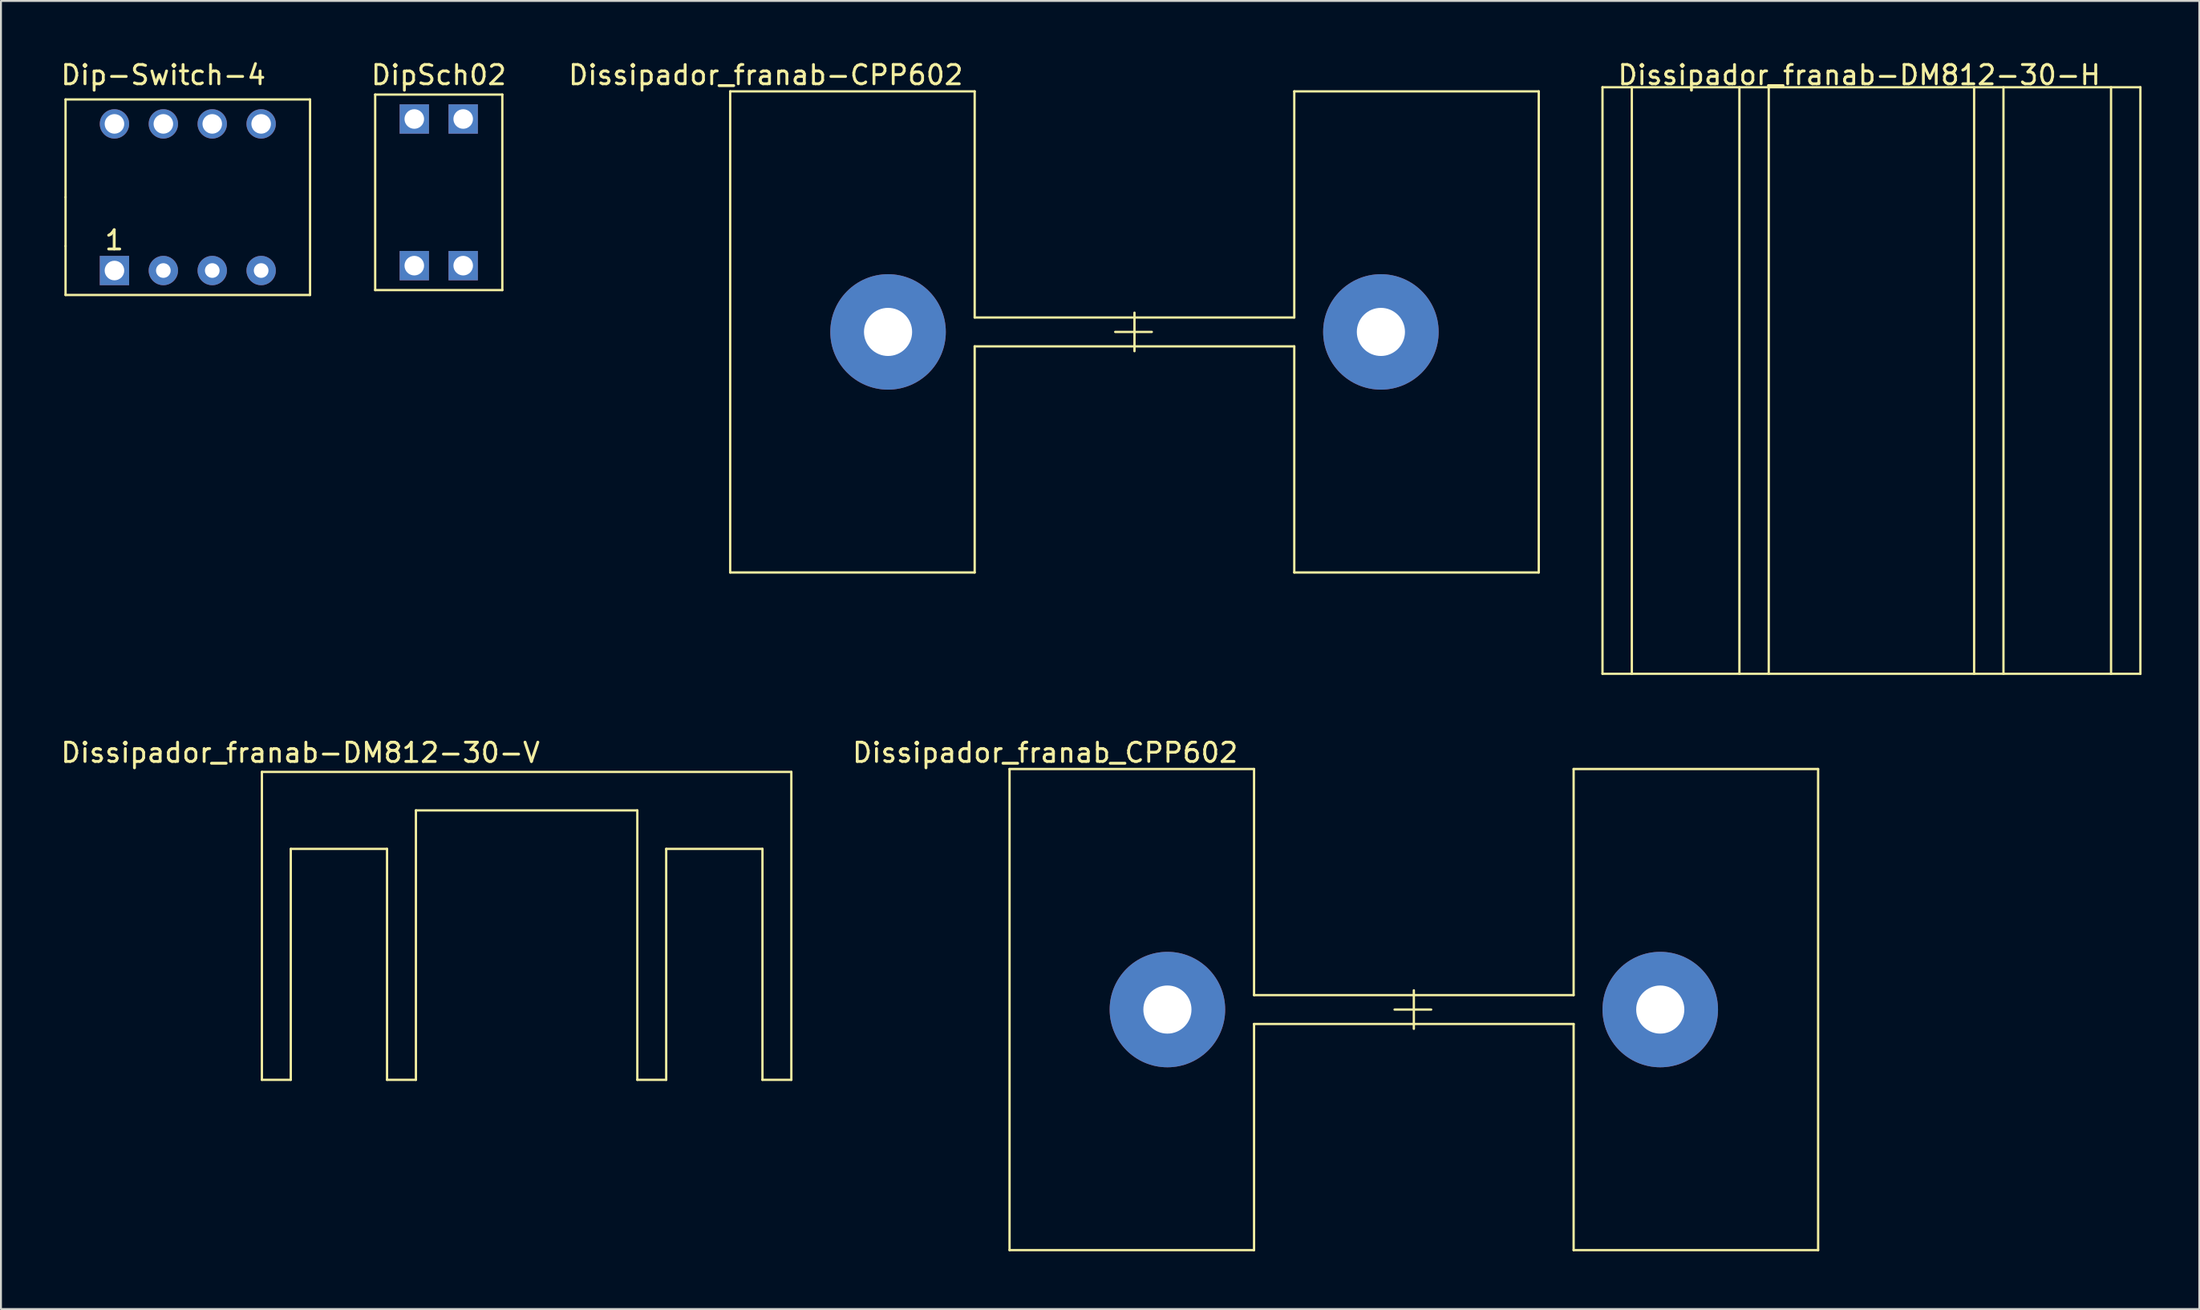
<source format=kicad_pcb>
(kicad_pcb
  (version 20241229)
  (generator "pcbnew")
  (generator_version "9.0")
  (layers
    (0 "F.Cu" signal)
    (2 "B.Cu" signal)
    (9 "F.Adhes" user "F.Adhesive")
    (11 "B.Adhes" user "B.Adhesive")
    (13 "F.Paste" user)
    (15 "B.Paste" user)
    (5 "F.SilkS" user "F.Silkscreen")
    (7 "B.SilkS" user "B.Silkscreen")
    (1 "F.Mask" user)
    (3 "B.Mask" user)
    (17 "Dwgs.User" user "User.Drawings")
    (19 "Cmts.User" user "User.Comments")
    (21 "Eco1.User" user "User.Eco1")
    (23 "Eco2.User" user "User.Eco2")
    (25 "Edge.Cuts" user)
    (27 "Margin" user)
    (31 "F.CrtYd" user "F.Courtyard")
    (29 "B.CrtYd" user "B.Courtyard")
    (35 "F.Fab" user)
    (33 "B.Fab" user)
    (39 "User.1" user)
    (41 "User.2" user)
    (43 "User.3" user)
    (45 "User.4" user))
  (footprint "DipSch02"
    (layer "F.Cu")
    (at 19.74 6.944)
    (property "Reference" "DipSch02" (at 0 -6.096 0) (layer "F.SilkS") (effects (font (size 1 1) (thickness 0.15))))
    (attr through_hole)
    (fp_line (start -3.302 -5.08) (end -3.302 5.08) (stroke (width 0.12) (type solid)) (layer "F.SilkS"))
    (fp_line (start -3.302 5.08) (end 3.302 5.08) (stroke (width 0.12) (type solid)) (layer "F.SilkS"))
    (fp_line (start 3.302 -5.08) (end -3.302 -5.08) (stroke (width 0.12) (type solid)) (layer "F.SilkS"))
    (fp_line (start 3.302 5.08) (end 3.302 -5.08) (stroke (width 0.12) (type solid)) (layer "F.SilkS"))
    (pad "1" thru_hole rect (at -1.27 -3.81) (size 1.524 1.524) (drill 1.016) (layers "*.Cu" "*.Mask"))
    (pad "2" thru_hole rect (at 1.27 -3.81) (size 1.524 1.524) (drill 1.016) (layers "*.Cu" "*.Mask"))
    (pad "3" thru_hole rect (at 1.27 3.81) (size 1.524 1.524) (drill 1.016) (layers "*.Cu" "*.Mask"))
    (pad "4" thru_hole rect (at -1.27 3.81) (size 1.524 1.524) (drill 1.016) (layers "*.Cu" "*.Mask")))
  (footprint "Dissipador_franab-DM812-30-V"
    (layer "F.Cu")
    (at 24.054 56.062)
    (property "Reference" "Dissipador_franab-DM812-30-V" (at -11.5 -20 0) (layer "F.SilkS") (effects (font (size 1 1) (thickness 0.15))))
    (attr through_hole)
    (fp_line (start -13.5 -19) (end -13.5 -3) (stroke (width 0.12) (type solid)) (layer "F.SilkS"))
    (fp_line (start -13.5 -19) (end 14 -19) (stroke (width 0.12) (type solid)) (layer "F.SilkS"))
    (fp_line (start -13.5 -3) (end -12 -3) (stroke (width 0.12) (type solid)) (layer "F.SilkS"))
    (fp_line (start -12 -15) (end -7 -15) (stroke (width 0.12) (type solid)) (layer "F.SilkS"))
    (fp_line (start -12 -3) (end -12 -15) (stroke (width 0.12) (type solid)) (layer "F.SilkS"))
    (fp_line (start -7 -15) (end -7 -3) (stroke (width 0.12) (type solid)) (layer "F.SilkS"))
    (fp_line (start -7 -3) (end -5.5 -3) (stroke (width 0.12) (type solid)) (layer "F.SilkS"))
    (fp_line (start -5.5 -17) (end 6 -17) (stroke (width 0.12) (type solid)) (layer "F.SilkS"))
    (fp_line (start -5.5 -3) (end -5.5 -17) (stroke (width 0.12) (type solid)) (layer "F.SilkS"))
    (fp_line (start 6 -17) (end 6 -3) (stroke (width 0.12) (type solid)) (layer "F.SilkS"))
    (fp_line (start 7.5 -15) (end 7.5 -3) (stroke (width 0.12) (type solid)) (layer "F.SilkS"))
    (fp_line (start 7.5 -3) (end 6 -3) (stroke (width 0.12) (type solid)) (layer "F.SilkS"))
    (fp_line (start 12.5 -15) (end 7.5 -15) (stroke (width 0.12) (type solid)) (layer "F.SilkS"))
    (fp_line (start 12.5 -3) (end 12.5 -15) (stroke (width 0.12) (type solid)) (layer "F.SilkS"))
    (fp_line (start 14 -3) (end 12.5 -3) (stroke (width 0.12) (type solid)) (layer "F.SilkS"))
    (fp_line (start 14 -3) (end 14 -19) (stroke (width 0.12) (type solid)) (layer "F.SilkS")))
  (footprint "Dissipador_franab-CPP602"
    (layer "F.Cu")
    (at 43.078 18.198)
    (property "Reference" "Dissipador_franab-CPP602" (at -6.35 -17.35 0) (layer "F.SilkS") (effects (font (size 1 1) (thickness 0.15))))
    (attr through_hole)
    (fp_line (start -8.2 -16.5) (end -8.2 8.5) (stroke (width 0.12) (type solid)) (layer "F.SilkS"))
    (fp_line (start 4.5 -16.5) (end -8.2 -16.5) (stroke (width 0.12) (type solid)) (layer "F.SilkS"))
    (fp_line (start 4.5 -4.75) (end 4.5 -16.5) (stroke (width 0.12) (type solid)) (layer "F.SilkS"))
    (fp_line (start 4.5 -3.25) (end 4.5 8.5) (stroke (width 0.12) (type solid)) (layer "F.SilkS"))
    (fp_line (start 4.5 8.5) (end -8.2 8.5) (stroke (width 0.12) (type solid)) (layer "F.SilkS"))
    (fp_line (start 11.8 -4) (end 13.7 -4) (stroke (width 0.12) (type solid)) (layer "F.SilkS"))
    (fp_line (start 12.8 -4.75) (end 4.5 -4.75) (stroke (width 0.12) (type solid)) (layer "F.SilkS"))
    (fp_line (start 12.8 -4.75) (end 21.1 -4.75) (stroke (width 0.12) (type solid)) (layer "F.SilkS"))
    (fp_line (start 12.8 -4) (end 12.8 -5) (stroke (width 0.12) (type solid)) (layer "F.SilkS"))
    (fp_line (start 12.8 -4) (end 12.8 -3) (stroke (width 0.12) (type solid)) (layer "F.SilkS"))
    (fp_line (start 12.8 -3.25) (end 4.5 -3.25) (stroke (width 0.12) (type solid)) (layer "F.SilkS"))
    (fp_line (start 12.8 -3.25) (end 21.1 -3.25) (stroke (width 0.12) (type solid)) (layer "F.SilkS"))
    (fp_line (start 21.1 -4.75) (end 21.1 -16.5) (stroke (width 0.12) (type solid)) (layer "F.SilkS"))
    (fp_line (start 21.1 -3.25) (end 21.1 8.5) (stroke (width 0.12) (type solid)) (layer "F.SilkS"))
    (fp_line (start 33.8 -16.5) (end 21.1 -16.5) (stroke (width 0.12) (type solid)) (layer "F.SilkS"))
    (fp_line (start 33.8 8.5) (end 21.1 8.5) (stroke (width 0.12) (type solid)) (layer "F.SilkS"))
    (fp_line (start 33.8 8.5) (end 33.8 -16.5) (stroke (width 0.12) (type solid)) (layer "F.SilkS"))
    (pad "1" thru_hole circle (at 0 -4) (size 6 6) (drill 2.5) (layers "*.Cu" "*.Mask"))
    (pad "2" thru_hole circle (at 25.6 -4) (size 6 6) (drill 2.5) (layers "*.Cu" "*.Mask")))
  (footprint "Dip-Switch-4"
    (layer "F.Cu")
    (at 0.355 13.548)
    (property "Reference" "Dip-Switch-4" (at 5.08 -12.7 0) (layer "F.SilkS") (effects (font (size 1 1) (thickness 0.15))))
    (attr through_hole)
    (fp_line (start 0 -11.43) (end 0 -6.35) (stroke (width 0.12) (type solid)) (layer "F.SilkS"))
    (fp_line (start 0 -11.43) (end 12.7 -11.43) (stroke (width 0.12) (type solid)) (layer "F.SilkS"))
    (fp_line (start 0 -6.35) (end 0 -3.81) (stroke (width 0.12) (type solid)) (layer "F.SilkS"))
    (fp_line (start 0 -1.27) (end 0 -3.81) (stroke (width 0.12) (type solid)) (layer "F.SilkS"))
    (fp_line (start 12.7 -1.27) (end 0 -1.27) (stroke (width 0.12) (type solid)) (layer "F.SilkS"))
    (fp_line (start 12.7 -1.27) (end 12.7 -11.43) (stroke (width 0.12) (type solid)) (layer "F.SilkS"))
    (fp_text user "1" (at 2.527 -4.115 0) (layer "F.SilkS") (effects (font (size 1 1) (thickness 0.15))))
    (pad "1" thru_hole rect (at 2.54 -2.54) (size 1.524 1.524) (drill 1.016) (layers "*.Cu" "*.Mask"))
    (pad "2" thru_hole circle (at 5.08 -2.54) (size 1.524 1.524) (drill 0.762) (layers "*.Cu" "*.Mask"))
    (pad "3" thru_hole circle (at 7.62 -2.54) (size 1.524 1.524) (drill 0.762) (layers "*.Cu" "*.Mask"))
    (pad "4" thru_hole circle (at 10.16 -2.54) (size 1.524 1.524) (drill 0.762) (layers "*.Cu" "*.Mask"))
    (pad "5" thru_hole circle (at 10.16 -10.16) (size 1.524 1.524) (drill 1.016) (layers "*.Cu" "*.Mask"))
    (pad "6" thru_hole circle (at 7.62 -10.16) (size 1.524 1.524) (drill 1.016) (layers "*.Cu" "*.Mask"))
    (pad "7" thru_hole circle (at 5.08 -10.16) (size 1.524 1.524) (drill 1.016) (layers "*.Cu" "*.Mask"))
    (pad "8" thru_hole circle (at 2.54 -10.16) (size 1.524 1.524) (drill 1.016) (layers "*.Cu" "*.Mask")))
  (footprint "Dissipador_franab_CPP602"
    (layer "F.Cu")
    (at 57.589 53.411)
    (property "Reference" "Dissipador_franab_CPP602" (at -6.35 -17.35 0) (layer "F.SilkS") (effects (font (size 1 1) (thickness 0.15))))
    (attr through_hole)
    (fp_line (start -8.2 -16.5) (end -8.2 8.5) (stroke (width 0.12) (type solid)) (layer "F.SilkS"))
    (fp_line (start 4.5 -16.5) (end -8.2 -16.5) (stroke (width 0.12) (type solid)) (layer "F.SilkS"))
    (fp_line (start 4.5 -4.75) (end 4.5 -16.5) (stroke (width 0.12) (type solid)) (layer "F.SilkS"))
    (fp_line (start 4.5 -3.25) (end 4.5 8.5) (stroke (width 0.12) (type solid)) (layer "F.SilkS"))
    (fp_line (start 4.5 8.5) (end -8.2 8.5) (stroke (width 0.12) (type solid)) (layer "F.SilkS"))
    (fp_line (start 11.8 -4) (end 13.7 -4) (stroke (width 0.12) (type solid)) (layer "F.SilkS"))
    (fp_line (start 12.8 -4.75) (end 4.5 -4.75) (stroke (width 0.12) (type solid)) (layer "F.SilkS"))
    (fp_line (start 12.8 -4.75) (end 21.1 -4.75) (stroke (width 0.12) (type solid)) (layer "F.SilkS"))
    (fp_line (start 12.8 -4) (end 12.8 -5) (stroke (width 0.12) (type solid)) (layer "F.SilkS"))
    (fp_line (start 12.8 -4) (end 12.8 -3) (stroke (width 0.12) (type solid)) (layer "F.SilkS"))
    (fp_line (start 12.8 -3.25) (end 4.5 -3.25) (stroke (width 0.12) (type solid)) (layer "F.SilkS"))
    (fp_line (start 12.8 -3.25) (end 21.1 -3.25) (stroke (width 0.12) (type solid)) (layer "F.SilkS"))
    (fp_line (start 21.1 -4.75) (end 21.1 -16.5) (stroke (width 0.12) (type solid)) (layer "F.SilkS"))
    (fp_line (start 21.1 -3.25) (end 21.1 8.5) (stroke (width 0.12) (type solid)) (layer "F.SilkS"))
    (fp_line (start 33.8 -16.5) (end 21.1 -16.5) (stroke (width 0.12) (type solid)) (layer "F.SilkS"))
    (fp_line (start 33.8 8.5) (end 21.1 8.5) (stroke (width 0.12) (type solid)) (layer "F.SilkS"))
    (fp_line (start 33.8 8.5) (end 33.8 -16.5) (stroke (width 0.12) (type solid)) (layer "F.SilkS"))
    (pad "1" thru_hole circle (at 0 -4) (size 6 6) (drill 2.5) (layers "*.Cu" "*.Mask"))
    (pad "2" thru_hole circle (at 25.6 -4) (size 6 6) (drill 2.5) (layers "*.Cu" "*.Mask")))
  (footprint "Dissipador_franab-DM812-30-H"
    (layer "F.Cu")
    (at 80.188 31.963)
    (property "Reference" "Dissipador_franab-DM812-30-H" (at 13.335 -31.115 0) (layer "F.SilkS") (effects (font (size 1 1) (thickness 0.15))))
    (attr through_hole)
    (fp_line (start 0 -30.48) (end 0 0) (stroke (width 0.12) (type solid)) (layer "F.SilkS"))
    (fp_line (start 0 0) (end 27.94 0) (stroke (width 0.12) (type solid)) (layer "F.SilkS"))
    (fp_line (start 1.524 0) (end 1.524 -30.48) (stroke (width 0.12) (type solid)) (layer "F.SilkS"))
    (fp_line (start 7.112 0) (end 7.112 -30.48) (stroke (width 0.12) (type solid)) (layer "F.SilkS"))
    (fp_line (start 8.636 0) (end 8.636 -30.48) (stroke (width 0.12) (type solid)) (layer "F.SilkS"))
    (fp_line (start 19.304 -30.48) (end 19.304 0) (stroke (width 0.12) (type solid)) (layer "F.SilkS"))
    (fp_line (start 20.828 0) (end 20.828 -30.48) (stroke (width 0.12) (type solid)) (layer "F.SilkS"))
    (fp_line (start 26.416 0) (end 26.416 -30.48) (stroke (width 0.12) (type solid)) (layer "F.SilkS"))
    (fp_line (start 27.94 -30.48) (end 0 -30.48) (stroke (width 0.12) (type solid)) (layer "F.SilkS"))
    (fp_line (start 27.94 0) (end 27.94 -30.48) (stroke (width 0.12) (type solid)) (layer "F.SilkS")))
  (gr_rect
    (start -3 -3)
    (end 111.188 64.972)
    (stroke (width 0.1) (type default))
    (fill no)
    (layer "Edge.Cuts")))
</source>
